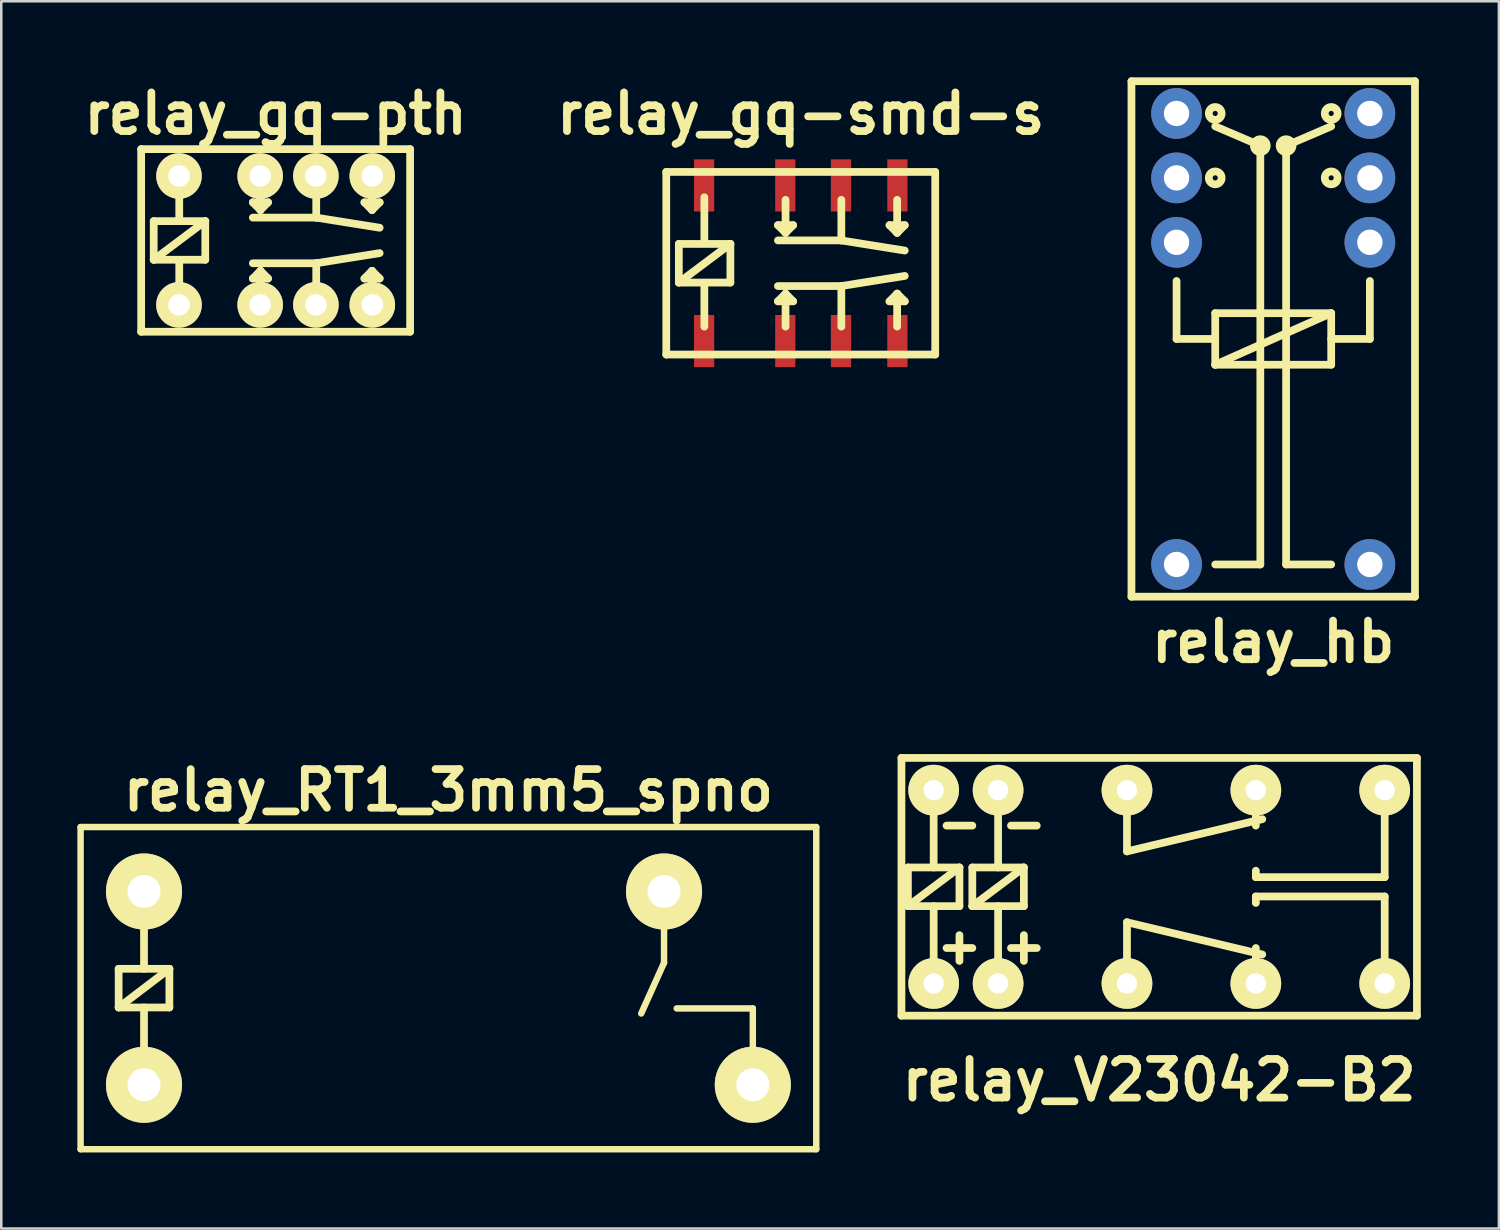
<source format=kicad_pcb>
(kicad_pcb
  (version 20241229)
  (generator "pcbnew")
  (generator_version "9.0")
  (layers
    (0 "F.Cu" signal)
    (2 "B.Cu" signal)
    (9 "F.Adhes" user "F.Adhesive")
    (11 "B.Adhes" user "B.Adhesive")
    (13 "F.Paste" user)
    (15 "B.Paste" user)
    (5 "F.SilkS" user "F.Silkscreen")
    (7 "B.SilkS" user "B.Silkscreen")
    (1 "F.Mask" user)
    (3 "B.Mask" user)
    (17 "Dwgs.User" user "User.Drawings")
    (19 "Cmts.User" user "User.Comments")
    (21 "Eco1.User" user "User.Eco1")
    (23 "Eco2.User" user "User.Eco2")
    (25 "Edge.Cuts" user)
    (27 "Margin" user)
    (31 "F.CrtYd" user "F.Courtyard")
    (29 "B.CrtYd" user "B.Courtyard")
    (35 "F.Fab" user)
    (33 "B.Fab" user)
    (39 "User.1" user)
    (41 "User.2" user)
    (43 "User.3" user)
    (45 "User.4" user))
  (footprint "relay_gq-pth"
    (layer "F.Cu")
    (at 7.816 6.428)
    (property "Reference" "relay_gq-pth" (at 0 -5.001 0) (layer "F.SilkS") (effects (font (size 1.524 1.524) (thickness 0.305))))
    (attr through_hole)
    (fp_line (start -5.301 -3.599) (end 5.301 -3.599) (stroke (width 0.305) (type solid)) (layer "F.SilkS"))
    (fp_line (start -5.301 3.599) (end -5.301 -3.599) (stroke (width 0.305) (type solid)) (layer "F.SilkS"))
    (fp_line (start -4.806 -0.762) (end -2.774 -0.762) (stroke (width 0.305) (type solid)) (layer "F.SilkS"))
    (fp_line (start -4.806 0.762) (end -4.806 -0.762) (stroke (width 0.305) (type solid)) (layer "F.SilkS"))
    (fp_line (start -4.806 0.762) (end -2.774 -0.762) (stroke (width 0.305) (type solid)) (layer "F.SilkS"))
    (fp_line (start -3.8 -2.601) (end -3.8 -0.8) (stroke (width 0.305) (type solid)) (layer "F.SilkS"))
    (fp_line (start -3.8 2.499) (end -3.8 0.8) (stroke (width 0.305) (type solid)) (layer "F.SilkS"))
    (fp_line (start -2.774 -0.762) (end -2.774 0.762) (stroke (width 0.305) (type solid)) (layer "F.SilkS"))
    (fp_line (start -2.774 0.762) (end -4.806 0.762) (stroke (width 0.305) (type solid)) (layer "F.SilkS"))
    (fp_line (start -0.899 0.899) (end 1.6 0.899) (stroke (width 0.305) (type solid)) (layer "F.SilkS"))
    (fp_line (start -0.899 1.501) (end -0.3 1.501) (stroke (width 0.305) (type solid)) (layer "F.SilkS"))
    (fp_line (start -0.599 -2.499) (end -0.599 -1.199) (stroke (width 0.305) (type solid)) (layer "F.SilkS"))
    (fp_line (start -0.599 -1.199) (end -0.899 -1.501) (stroke (width 0.305) (type solid)) (layer "F.SilkS"))
    (fp_line (start -0.599 -1.199) (end -0.3 -1.501) (stroke (width 0.305) (type solid)) (layer "F.SilkS"))
    (fp_line (start -0.599 1.199) (end -0.899 1.501) (stroke (width 0.305) (type solid)) (layer "F.SilkS"))
    (fp_line (start -0.599 2.499) (end -0.599 1.199) (stroke (width 0.305) (type solid)) (layer "F.SilkS"))
    (fp_line (start -0.3 -1.501) (end -0.899 -1.501) (stroke (width 0.305) (type solid)) (layer "F.SilkS"))
    (fp_line (start -0.3 1.501) (end -0.599 1.199) (stroke (width 0.305) (type solid)) (layer "F.SilkS"))
    (fp_line (start 1.6 -2.499) (end 1.6 -0.899) (stroke (width 0.305) (type solid)) (layer "F.SilkS"))
    (fp_line (start 1.6 -0.899) (end -0.899 -0.899) (stroke (width 0.305) (type solid)) (layer "F.SilkS"))
    (fp_line (start 1.6 -0.899) (end 4.1 -0.5) (stroke (width 0.305) (type solid)) (layer "F.SilkS"))
    (fp_line (start 1.6 0.899) (end 1.6 2.499) (stroke (width 0.305) (type solid)) (layer "F.SilkS"))
    (fp_line (start 1.6 0.899) (end 4.1 0.5) (stroke (width 0.305) (type solid)) (layer "F.SilkS"))
    (fp_line (start 3.5 1.501) (end 4.1 1.501) (stroke (width 0.305) (type solid)) (layer "F.SilkS"))
    (fp_line (start 3.8 -2.499) (end 3.8 -1.199) (stroke (width 0.305) (type solid)) (layer "F.SilkS"))
    (fp_line (start 3.8 -1.199) (end 3.5 -1.501) (stroke (width 0.305) (type solid)) (layer "F.SilkS"))
    (fp_line (start 3.8 -1.199) (end 4.1 -1.501) (stroke (width 0.305) (type solid)) (layer "F.SilkS"))
    (fp_line (start 3.8 1.199) (end 3.5 1.501) (stroke (width 0.305) (type solid)) (layer "F.SilkS"))
    (fp_line (start 3.8 2.499) (end 3.8 1.199) (stroke (width 0.305) (type solid)) (layer "F.SilkS"))
    (fp_line (start 4.1 -1.501) (end 3.5 -1.501) (stroke (width 0.305) (type solid)) (layer "F.SilkS"))
    (fp_line (start 4.1 1.501) (end 3.8 1.199) (stroke (width 0.305) (type solid)) (layer "F.SilkS"))
    (fp_line (start 5.301 -3.599) (end 5.301 3.599) (stroke (width 0.305) (type solid)) (layer "F.SilkS"))
    (fp_line (start 5.301 3.599) (end -5.301 3.599) (stroke (width 0.305) (type solid)) (layer "F.SilkS"))
    (pad "1" thru_hole circle (at -3.81 2.54) (size 1.798 1.798) (drill 0.848) (layers "*.Cu" "*.Mask" "F.SilkS"))
    (pad "2" thru_hole circle (at -0.61 2.54) (size 1.796 1.796) (drill 0.848) (layers "*.Cu" "*.Mask" "F.SilkS"))
    (pad "3" thru_hole circle (at 1.587 2.54) (size 1.796 1.796) (drill 0.848) (layers "*.Cu" "*.Mask" "F.SilkS"))
    (pad "4" thru_hole circle (at 3.81 2.54) (size 1.796 1.796) (drill 0.848) (layers "*.Cu" "*.Mask" "F.SilkS"))
    (pad "5" thru_hole circle (at 3.81 -2.54) (size 1.796 1.796) (drill 0.848) (layers "*.Cu" "*.Mask" "F.SilkS"))
    (pad "6" thru_hole circle (at 1.587 -2.54) (size 1.796 1.796) (drill 0.848) (layers "*.Cu" "*.Mask" "F.SilkS"))
    (pad "7" thru_hole circle (at -0.61 -2.54) (size 1.796 1.796) (drill 0.848) (layers "*.Cu" "*.Mask" "F.SilkS"))
    (pad "8" thru_hole circle (at -3.81 -2.54) (size 1.796 1.796) (drill 0.848) (layers "*.Cu" "*.Mask" "F.SilkS")))
  (footprint "relay_RT1_3mm5_spno"
    (layer "F.Cu")
    (at 14.627 35.903)
    (property "Reference" "relay_RT1_3mm5_spno" (at 0 -7.8 0) (layer "F.SilkS") (effects (font (size 1.524 1.524) (thickness 0.305))))
    (attr through_hole)
    (fp_line (start -14.5 -6.35) (end -14.5 6.35) (stroke (width 0.254) (type solid)) (layer "F.SilkS"))
    (fp_line (start -14.5 6.35) (end 14.5 6.35) (stroke (width 0.254) (type solid)) (layer "F.SilkS"))
    (fp_line (start -13 -0.762) (end -11 -0.762) (stroke (width 0.305) (type solid)) (layer "F.SilkS"))
    (fp_line (start -13 0.762) (end -13 -0.762) (stroke (width 0.305) (type solid)) (layer "F.SilkS"))
    (fp_line (start -13 0.762) (end -11 -0.762) (stroke (width 0.305) (type solid)) (layer "F.SilkS"))
    (fp_line (start -12 -3.81) (end -12 -0.762) (stroke (width 0.305) (type solid)) (layer "F.SilkS"))
    (fp_line (start -12 3.81) (end -12 0.762) (stroke (width 0.305) (type solid)) (layer "F.SilkS"))
    (fp_line (start -11 -0.762) (end -11 0.762) (stroke (width 0.305) (type solid)) (layer "F.SilkS"))
    (fp_line (start -11 0.762) (end -13 0.762) (stroke (width 0.305) (type solid)) (layer "F.SilkS"))
    (fp_line (start 8.5 -3.8) (end 8.5 -1) (stroke (width 0.254) (type solid)) (layer "F.SilkS"))
    (fp_line (start 8.5 -1) (end 7.6 1) (stroke (width 0.254) (type solid)) (layer "F.SilkS"))
    (fp_line (start 12 0.8) (end 9 0.8) (stroke (width 0.254) (type solid)) (layer "F.SilkS"))
    (fp_line (start 12 3.8) (end 12 0.8) (stroke (width 0.254) (type solid)) (layer "F.SilkS"))
    (fp_line (start 14.5 -6.35) (end -14.5 -6.35) (stroke (width 0.254) (type solid)) (layer "F.SilkS"))
    (fp_line (start 14.5 6.35) (end 14.5 -6.35) (stroke (width 0.254) (type solid)) (layer "F.SilkS"))
    (pad "1" thru_hole circle (at -12 3.81) (size 3 3) (drill 1.3) (layers "*.Cu" "*.Mask" "F.SilkS"))
    (pad "2" thru_hole circle (at -12 -3.81) (size 3 3) (drill 1.3) (layers "*.Cu" "*.Mask" "F.SilkS"))
    (pad "11" thru_hole circle (at 8.5 -3.81) (size 3 3) (drill 1.3) (layers "*.Cu" "*.Mask" "F.SilkS"))
    (pad "14" thru_hole circle (at 12 3.81) (size 3 3) (drill 1.3) (layers "*.Cu" "*.Mask" "F.SilkS")))
  (footprint "relay_V23042-B2"
    (layer "F.Cu")
    (at 42.646 31.909)
    (property "Reference" "relay_V23042-B2" (at 0 7.62 0) (layer "F.SilkS") (effects (font (size 1.524 1.524) (thickness 0.305))))
    (attr through_hole)
    (fp_line (start -10.16 -5.08) (end -10.16 5.08) (stroke (width 0.305) (type solid)) (layer "F.SilkS"))
    (fp_line (start -10.16 5.08) (end 10.16 5.08) (stroke (width 0.305) (type solid)) (layer "F.SilkS"))
    (fp_line (start -9.906 -0.762) (end -7.874 -0.762) (stroke (width 0.305) (type solid)) (layer "F.SilkS"))
    (fp_line (start -9.906 0.762) (end -9.906 -0.762) (stroke (width 0.305) (type solid)) (layer "F.SilkS"))
    (fp_line (start -9.906 0.762) (end -7.874 -0.762) (stroke (width 0.305) (type solid)) (layer "F.SilkS"))
    (fp_line (start -8.89 -3.81) (end -8.89 -0.762) (stroke (width 0.305) (type solid)) (layer "F.SilkS"))
    (fp_line (start -8.89 3.81) (end -8.89 0.762) (stroke (width 0.305) (type solid)) (layer "F.SilkS"))
    (fp_line (start -7.874 -0.762) (end -7.874 0.762) (stroke (width 0.305) (type solid)) (layer "F.SilkS"))
    (fp_line (start -7.874 0.762) (end -9.906 0.762) (stroke (width 0.305) (type solid)) (layer "F.SilkS"))
    (fp_line (start -7.874 1.905) (end -7.874 2.921) (stroke (width 0.305) (type solid)) (layer "F.SilkS"))
    (fp_line (start -7.366 -2.413) (end -8.382 -2.413) (stroke (width 0.305) (type solid)) (layer "F.SilkS"))
    (fp_line (start -7.366 -0.762) (end -7.366 0.762) (stroke (width 0.305) (type solid)) (layer "F.SilkS"))
    (fp_line (start -7.366 -0.762) (end -5.334 -0.762) (stroke (width 0.305) (type solid)) (layer "F.SilkS"))
    (fp_line (start -7.366 0.762) (end -5.334 -0.762) (stroke (width 0.305) (type solid)) (layer "F.SilkS"))
    (fp_line (start -7.366 2.413) (end -8.382 2.413) (stroke (width 0.305) (type solid)) (layer "F.SilkS"))
    (fp_line (start -6.35 -3.81) (end -6.35 -0.762) (stroke (width 0.305) (type solid)) (layer "F.SilkS"))
    (fp_line (start -6.35 3.81) (end -6.35 0.762) (stroke (width 0.305) (type solid)) (layer "F.SilkS"))
    (fp_line (start -5.334 -0.762) (end -5.334 0.762) (stroke (width 0.305) (type solid)) (layer "F.SilkS"))
    (fp_line (start -5.334 0.762) (end -7.366 0.762) (stroke (width 0.305) (type solid)) (layer "F.SilkS"))
    (fp_line (start -5.334 1.905) (end -5.334 2.921) (stroke (width 0.305) (type solid)) (layer "F.SilkS"))
    (fp_line (start -4.826 -2.413) (end -5.842 -2.413) (stroke (width 0.305) (type solid)) (layer "F.SilkS"))
    (fp_line (start -4.826 2.413) (end -5.842 2.413) (stroke (width 0.305) (type solid)) (layer "F.SilkS"))
    (fp_line (start -1.27 -1.397) (end -1.27 -3.81) (stroke (width 0.305) (type solid)) (layer "F.SilkS"))
    (fp_line (start -1.27 -1.397) (end 4.064 -2.667) (stroke (width 0.305) (type solid)) (layer "F.SilkS"))
    (fp_line (start -1.27 1.397) (end 4.064 2.667) (stroke (width 0.305) (type solid)) (layer "F.SilkS"))
    (fp_line (start -1.27 3.81) (end -1.27 1.397) (stroke (width 0.305) (type solid)) (layer "F.SilkS"))
    (fp_line (start 3.81 -2.413) (end 3.81 -3.81) (stroke (width 0.305) (type solid)) (layer "F.SilkS"))
    (fp_line (start 3.81 -0.381) (end 3.81 -0.635) (stroke (width 0.305) (type solid)) (layer "F.SilkS"))
    (fp_line (start 3.81 0.381) (end 3.81 0.635) (stroke (width 0.305) (type solid)) (layer "F.SilkS"))
    (fp_line (start 3.81 3.81) (end 3.81 2.413) (stroke (width 0.305) (type solid)) (layer "F.SilkS"))
    (fp_line (start 8.89 -0.381) (end 3.81 -0.381) (stroke (width 0.305) (type solid)) (layer "F.SilkS"))
    (fp_line (start 8.89 -0.381) (end 8.89 -3.81) (stroke (width 0.305) (type solid)) (layer "F.SilkS"))
    (fp_line (start 8.89 0.381) (end 3.81 0.381) (stroke (width 0.305) (type solid)) (layer "F.SilkS"))
    (fp_line (start 8.89 3.81) (end 8.89 0.381) (stroke (width 0.305) (type solid)) (layer "F.SilkS"))
    (fp_line (start 10.16 -5.08) (end -10.16 -5.08) (stroke (width 0.305) (type solid)) (layer "F.SilkS"))
    (fp_line (start 10.16 5.08) (end 10.16 -5.08) (stroke (width 0.305) (type solid)) (layer "F.SilkS"))
    (pad "1" thru_hole circle (at -8.89 3.81) (size 1.999 1.999) (drill 0.8) (layers "*.Cu" "*.Mask" "F.SilkS"))
    (pad "2" thru_hole circle (at -6.35 3.81) (size 1.999 1.999) (drill 0.8) (layers "*.Cu" "*.Mask" "F.SilkS"))
    (pad "4" thru_hole circle (at -1.27 3.81) (size 1.999 1.999) (drill 0.8) (layers "*.Cu" "*.Mask" "F.SilkS"))
    (pad "6" thru_hole circle (at 3.81 3.81) (size 1.999 1.999) (drill 0.8) (layers "*.Cu" "*.Mask" "F.SilkS"))
    (pad "8" thru_hole circle (at 8.89 3.81) (size 1.999 1.999) (drill 0.8) (layers "*.Cu" "*.Mask" "F.SilkS"))
    (pad "9" thru_hole circle (at 8.89 -3.81) (size 1.999 1.999) (drill 0.8) (layers "*.Cu" "*.Mask" "F.SilkS"))
    (pad "11" thru_hole circle (at 3.81 -3.81) (size 1.999 1.999) (drill 0.8) (layers "*.Cu" "*.Mask" "F.SilkS"))
    (pad "13" thru_hole circle (at -1.27 -3.81) (size 1.999 1.999) (drill 0.8) (layers "*.Cu" "*.Mask" "F.SilkS"))
    (pad "15" thru_hole circle (at -6.35 -3.81) (size 1.999 1.999) (drill 0.8) (layers "*.Cu" "*.Mask" "F.SilkS"))
    (pad "16" thru_hole circle (at -8.89 -3.81) (size 1.999 1.999) (drill 0.8) (layers "*.Cu" "*.Mask" "F.SilkS")))
  (footprint "relay_gq-smd-s"
    (layer "F.Cu")
    (at 28.516 7.327)
    (property "Reference" "relay_gq-smd-s" (at 0 -5.9 0) (layer "F.SilkS") (effects (font (size 1.524 1.524) (thickness 0.305))))
    (attr through_hole)
    (fp_line (start -5.301 -3.599) (end 5.301 -3.599) (stroke (width 0.305) (type solid)) (layer "F.SilkS"))
    (fp_line (start -5.301 3.599) (end -5.301 -3.599) (stroke (width 0.305) (type solid)) (layer "F.SilkS"))
    (fp_line (start -4.806 -0.762) (end -2.774 -0.762) (stroke (width 0.305) (type solid)) (layer "F.SilkS"))
    (fp_line (start -4.806 0.762) (end -4.806 -0.762) (stroke (width 0.305) (type solid)) (layer "F.SilkS"))
    (fp_line (start -4.806 0.762) (end -2.774 -0.762) (stroke (width 0.305) (type solid)) (layer "F.SilkS"))
    (fp_line (start -3.8 -2.601) (end -3.8 -0.8) (stroke (width 0.305) (type solid)) (layer "F.SilkS"))
    (fp_line (start -3.8 2.499) (end -3.8 0.8) (stroke (width 0.305) (type solid)) (layer "F.SilkS"))
    (fp_line (start -2.774 -0.762) (end -2.774 0.762) (stroke (width 0.305) (type solid)) (layer "F.SilkS"))
    (fp_line (start -2.774 0.762) (end -4.806 0.762) (stroke (width 0.305) (type solid)) (layer "F.SilkS"))
    (fp_line (start -0.899 0.899) (end 1.6 0.899) (stroke (width 0.305) (type solid)) (layer "F.SilkS"))
    (fp_line (start -0.899 1.501) (end -0.3 1.501) (stroke (width 0.305) (type solid)) (layer "F.SilkS"))
    (fp_line (start -0.599 -2.499) (end -0.599 -1.199) (stroke (width 0.305) (type solid)) (layer "F.SilkS"))
    (fp_line (start -0.599 -1.199) (end -0.899 -1.501) (stroke (width 0.305) (type solid)) (layer "F.SilkS"))
    (fp_line (start -0.599 -1.199) (end -0.3 -1.501) (stroke (width 0.305) (type solid)) (layer "F.SilkS"))
    (fp_line (start -0.599 1.199) (end -0.899 1.501) (stroke (width 0.305) (type solid)) (layer "F.SilkS"))
    (fp_line (start -0.599 2.499) (end -0.599 1.199) (stroke (width 0.305) (type solid)) (layer "F.SilkS"))
    (fp_line (start -0.3 -1.501) (end -0.899 -1.501) (stroke (width 0.305) (type solid)) (layer "F.SilkS"))
    (fp_line (start -0.3 1.501) (end -0.599 1.199) (stroke (width 0.305) (type solid)) (layer "F.SilkS"))
    (fp_line (start 1.6 -2.499) (end 1.6 -0.899) (stroke (width 0.305) (type solid)) (layer "F.SilkS"))
    (fp_line (start 1.6 -0.899) (end -0.899 -0.899) (stroke (width 0.305) (type solid)) (layer "F.SilkS"))
    (fp_line (start 1.6 -0.899) (end 4.1 -0.5) (stroke (width 0.305) (type solid)) (layer "F.SilkS"))
    (fp_line (start 1.6 0.899) (end 1.6 2.499) (stroke (width 0.305) (type solid)) (layer "F.SilkS"))
    (fp_line (start 1.6 0.899) (end 4.1 0.5) (stroke (width 0.305) (type solid)) (layer "F.SilkS"))
    (fp_line (start 3.5 1.501) (end 4.1 1.501) (stroke (width 0.305) (type solid)) (layer "F.SilkS"))
    (fp_line (start 3.8 -2.499) (end 3.8 -1.199) (stroke (width 0.305) (type solid)) (layer "F.SilkS"))
    (fp_line (start 3.8 -1.199) (end 3.5 -1.501) (stroke (width 0.305) (type solid)) (layer "F.SilkS"))
    (fp_line (start 3.8 -1.199) (end 4.1 -1.501) (stroke (width 0.305) (type solid)) (layer "F.SilkS"))
    (fp_line (start 3.8 1.199) (end 3.5 1.501) (stroke (width 0.305) (type solid)) (layer "F.SilkS"))
    (fp_line (start 3.8 2.499) (end 3.8 1.199) (stroke (width 0.305) (type solid)) (layer "F.SilkS"))
    (fp_line (start 4.1 -1.501) (end 3.5 -1.501) (stroke (width 0.305) (type solid)) (layer "F.SilkS"))
    (fp_line (start 4.1 1.501) (end 3.8 1.199) (stroke (width 0.305) (type solid)) (layer "F.SilkS"))
    (fp_line (start 5.301 -3.599) (end 5.301 3.599) (stroke (width 0.305) (type solid)) (layer "F.SilkS"))
    (fp_line (start 5.301 3.599) (end -5.301 3.599) (stroke (width 0.305) (type solid)) (layer "F.SilkS"))
    (pad "1" smd rect (at -3.81 3.068) (size 0.798 2.057) (layers "F.Cu" "F.Mask" "F.Paste"))
    (pad "2" smd rect (at -0.61 3.068) (size 0.798 2.057) (layers "F.Cu" "F.Mask" "F.Paste"))
    (pad "3" smd rect (at 1.587 3.068) (size 0.798 2.057) (layers "F.Cu" "F.Mask" "F.Paste"))
    (pad "4" smd rect (at 3.81 3.068) (size 0.798 2.057) (layers "F.Cu" "F.Mask" "F.Paste"))
    (pad "5" smd rect (at 3.81 -3.068) (size 0.798 2.057) (layers "F.Cu" "F.Mask" "F.Paste"))
    (pad "6" smd rect (at 1.587 -3.068) (size 0.798 2.057) (layers "F.Cu" "F.Mask" "F.Paste"))
    (pad "7" smd rect (at -0.61 -3.068) (size 0.798 2.057) (layers "F.Cu" "F.Mask" "F.Paste"))
    (pad "8" smd rect (at -3.81 -3.068) (size 0.798 2.057) (layers "F.Cu" "F.Mask" "F.Paste")))
  (footprint "relay_hb"
    (layer "F.Cu")
    (at 47.141 10.312)
    (property "Reference" "relay_hb" (at 0 11.938 0) (layer "F.SilkS") (effects (font (size 1.524 1.524) (thickness 0.305))))
    (attr through_hole)
    (fp_line (start -5.588 -10.16) (end 5.588 -10.16) (stroke (width 0.305) (type solid)) (layer "F.SilkS"))
    (fp_line (start -5.588 10.16) (end -5.588 -10.16) (stroke (width 0.305) (type solid)) (layer "F.SilkS"))
    (fp_line (start -3.81 -2.286) (end -3.81 0) (stroke (width 0.305) (type solid)) (layer "F.SilkS"))
    (fp_line (start -3.81 0) (end -2.286 0) (stroke (width 0.305) (type solid)) (layer "F.SilkS"))
    (fp_line (start -2.286 -1.016) (end 2.286 -1.016) (stroke (width 0.305) (type solid)) (layer "F.SilkS"))
    (fp_line (start -2.286 0) (end -2.286 -1.016) (stroke (width 0.305) (type solid)) (layer "F.SilkS"))
    (fp_line (start -2.286 1.016) (end -2.286 0) (stroke (width 0.305) (type solid)) (layer "F.SilkS"))
    (fp_line (start -2.286 1.016) (end 2.286 -1.016) (stroke (width 0.305) (type solid)) (layer "F.SilkS"))
    (fp_line (start -0.508 -7.62) (end -2.286 -8.382) (stroke (width 0.305) (type solid)) (layer "F.SilkS"))
    (fp_line (start -0.508 8.89) (end -2.286 8.89) (stroke (width 0.305) (type solid)) (layer "F.SilkS"))
    (fp_line (start -0.508 8.89) (end -0.508 -7.62) (stroke (width 0.305) (type solid)) (layer "F.SilkS"))
    (fp_line (start 0.508 -7.62) (end 0.508 8.89) (stroke (width 0.305) (type solid)) (layer "F.SilkS"))
    (fp_line (start 0.508 -7.62) (end 2.286 -8.382) (stroke (width 0.305) (type solid)) (layer "F.SilkS"))
    (fp_line (start 2.286 -1.016) (end 2.286 1.016) (stroke (width 0.305) (type solid)) (layer "F.SilkS"))
    (fp_line (start 2.286 0) (end 3.81 0) (stroke (width 0.305) (type solid)) (layer "F.SilkS"))
    (fp_line (start 2.286 1.016) (end -2.286 1.016) (stroke (width 0.305) (type solid)) (layer "F.SilkS"))
    (fp_line (start 2.286 8.89) (end 0.508 8.89) (stroke (width 0.305) (type solid)) (layer "F.SilkS"))
    (fp_line (start 3.81 0) (end 3.81 -2.286) (stroke (width 0.305) (type solid)) (layer "F.SilkS"))
    (fp_line (start 5.588 -10.16) (end 5.588 10.16) (stroke (width 0.305) (type solid)) (layer "F.SilkS"))
    (fp_line (start 5.588 10.16) (end -5.588 10.16) (stroke (width 0.305) (type solid)) (layer "F.SilkS"))
    (fp_circle (center -2.286 -8.89) (end -2.286 -9.144) (stroke (width 0.305) (type solid)) (fill no) (layer "F.SilkS"))
    (fp_circle (center -2.286 -6.35) (end -2.286 -6.604) (stroke (width 0.305) (type solid)) (fill no) (layer "F.SilkS"))
    (fp_circle (center -0.508 -7.62) (end -0.254 -7.62) (stroke (width 0.305) (type solid)) (fill no) (layer "F.SilkS"))
    (fp_circle (center 0.508 -7.62) (end 0.508 -7.366) (stroke (width 0.305) (type solid)) (fill no) (layer "F.SilkS"))
    (fp_circle (center 2.286 -8.89) (end 2.032 -8.89) (stroke (width 0.305) (type solid)) (fill no) (layer "F.SilkS"))
    (fp_circle (center 2.286 -6.35) (end 2.286 -6.096) (stroke (width 0.305) (type solid)) (fill no) (layer "F.SilkS"))
    (pad "1" thru_hole circle (at -3.81 -8.89 180) (size 2 2) (drill 1) (layers "*.Cu" "*.Mask"))
    (pad "2" thru_hole circle (at -3.81 -6.35 180) (size 2 2) (drill 1) (layers "*.Cu" "*.Mask"))
    (pad "3" thru_hole circle (at -3.81 -3.81 180) (size 2 2) (drill 1) (layers "*.Cu" "*.Mask"))
    (pad "8" thru_hole circle (at -3.81 8.89 180) (size 2 2) (drill 1) (layers "*.Cu" "*.Mask"))
    (pad "9" thru_hole circle (at 3.81 8.89 180) (size 2 2) (drill 1) (layers "*.Cu" "*.Mask"))
    (pad "14" thru_hole circle (at 3.81 -3.81 180) (size 2 2) (drill 1) (layers "*.Cu" "*.Mask"))
    (pad "15" thru_hole circle (at 3.81 -6.35 180) (size 2 2) (drill 1) (layers "*.Cu" "*.Mask"))
    (pad "16" thru_hole circle (at 3.81 -8.89 180) (size 2 2) (drill 1) (layers "*.Cu" "*.Mask")))
  (gr_rect
    (start -3 -3)
    (end 56.038 45.38)
    (stroke (width 0.1) (type default))
    (fill no)
    (layer "Edge.Cuts")))
</source>
